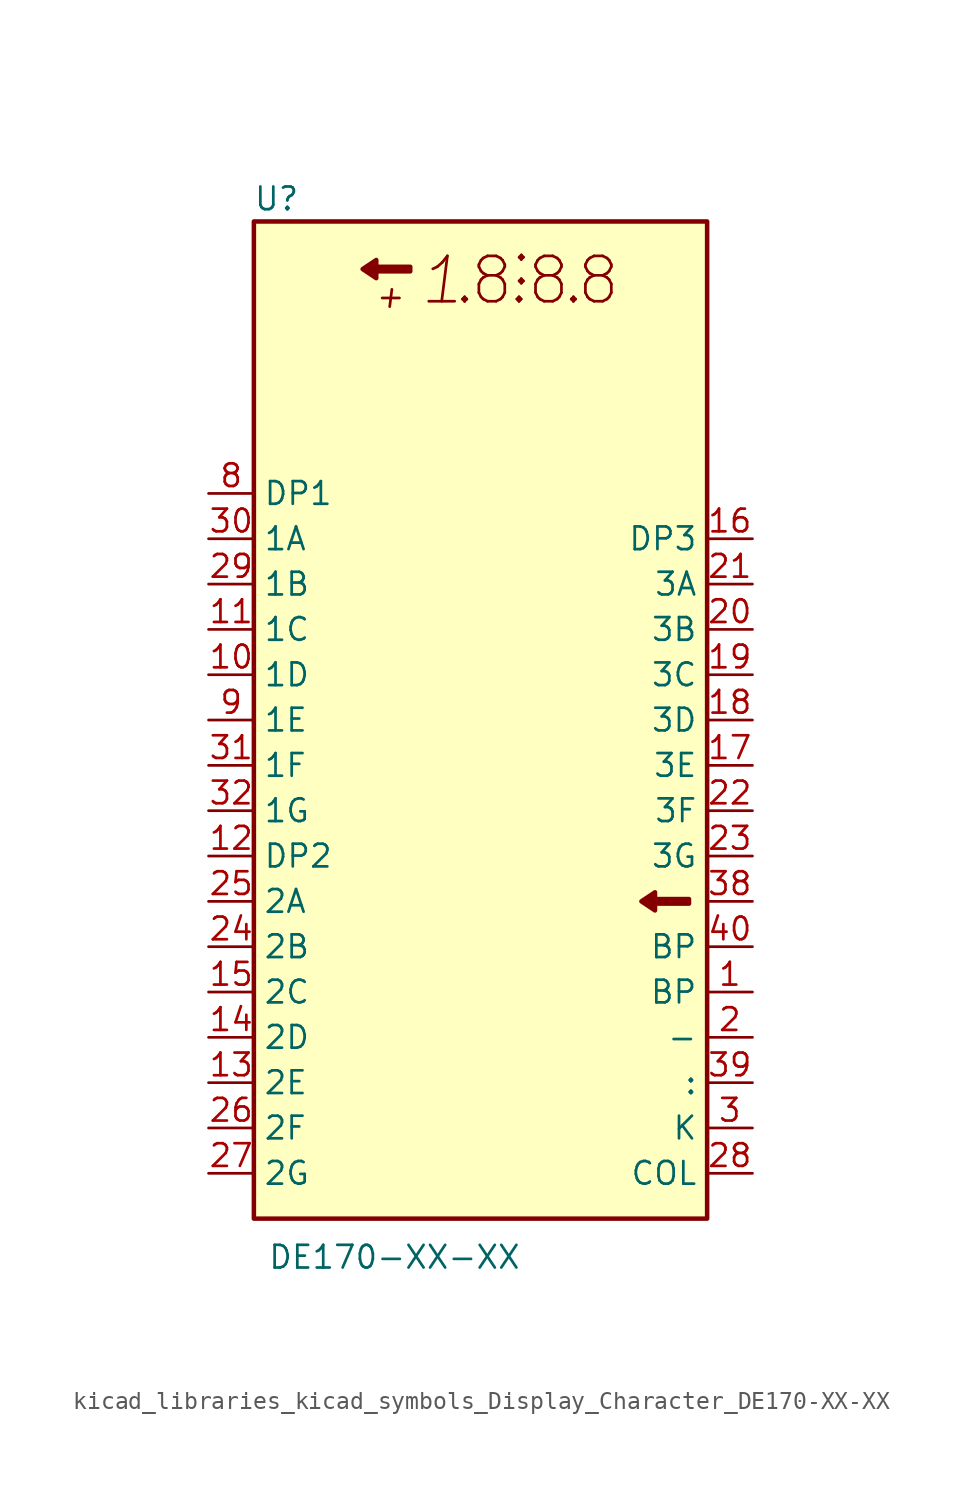
<source format=kicad_sym>
(kicad_symbol_lib
  (version 20220914)
  (generator kicad_symbol_editor)
  (symbol "kicad_libraries_kicad_symbols_Display_Character_DE170-XX-XX"
    (property "Reference" "U"
      (at -11.43 29.21 0)
      (effects (font (size 1.27 1.27))))
    (property "Value" "DE170-XX-XX"
      (at -11.938 -30.099 0)
      (effects (font (size 1.27 1.27)) (justify left)))
    (symbol "kicad_libraries_kicad_symbols_Display_Character_DE170-XX-XX_0_0"
      (text "+" (at -5.08 23.749 0) (effects (font (size 1.27 1.27) italic)))
      (text "." (at -0.889 24.638 0) (effects (font (size 2.54 2.54))))
      (text "." (at 2.159 24.638 0) (effects (font (size 2.54 2.54))))
      (text "." (at 5.207 24.638 0) (effects (font (size 2.54 2.54))))
      (text "1" (at -2.159 24.638 0) (effects (font (size 2.54 2.54) italic)))
      (text "8" (at 0.635 24.638 0) (effects (font (size 2.54 2.54))))
      (text "8" (at 3.81 24.638 0) (effects (font (size 2.54 2.54))))
      (text "8" (at 6.604 24.638 0) (effects (font (size 2.54 2.54))))
      (text ":" (at 2.286 25.654 0) (effects (font (size 2.54 2.54)))))
    (symbol "kicad_libraries_kicad_symbols_Display_Character_DE170-XX-XX_0_1"
      (rectangle (start -12.7 27.94) (end 12.7 -27.94) (stroke (width 0.254) (type default)) (fill (type background)))
      (polyline (pts (xy -3.937 25.4) (xy -3.937 25.146) (xy -5.842 25.146) (xy -5.842 24.765) (xy -6.604 25.273) (xy -5.842 25.781) (xy -5.842 25.4) (xy -3.937 25.4)) (stroke (width 0.254) (type default)) (fill (type outline)))
      (polyline (pts (xy 11.684 -10.033) (xy 11.684 -10.287) (xy 9.779 -10.287) (xy 9.779 -10.668) (xy 9.017 -10.16) (xy 9.779 -9.652) (xy 9.779 -10.033) (xy 11.684 -10.033)) (stroke (width 0.254) (type default)) (fill (type outline))))
    (symbol "kicad_libraries_kicad_symbols_Display_Character_DE170-XX-XX_1_1"
      (pin input line (at 15.24 -15.24 180) (length 2.54) (name "BP" (effects (font (size 1.27 1.27)))) (number "1" (effects (font (size 1.27 1.27)))))
      (pin input line (at -15.24 2.54 0) (length 2.54) (name "1D" (effects (font (size 1.27 1.27)))) (number "10" (effects (font (size 1.27 1.27)))))
      (pin input line (at -15.24 5.08 0) (length 2.54) (name "1C" (effects (font (size 1.27 1.27)))) (number "11" (effects (font (size 1.27 1.27)))))
      (pin input line (at -15.24 -7.62 0) (length 2.54) (name "DP2" (effects (font (size 1.27 1.27)))) (number "12" (effects (font (size 1.27 1.27)))))
      (pin input line (at -15.24 -20.32 0) (length 2.54) (name "2E" (effects (font (size 1.27 1.27)))) (number "13" (effects (font (size 1.27 1.27)))))
      (pin input line (at -15.24 -17.78 0) (length 2.54) (name "2D" (effects (font (size 1.27 1.27)))) (number "14" (effects (font (size 1.27 1.27)))))
      (pin input line (at -15.24 -15.24 0) (length 2.54) (name "2C" (effects (font (size 1.27 1.27)))) (number "15" (effects (font (size 1.27 1.27)))))
      (pin input line (at 15.24 10.16 180) (length 2.54) (name "DP3" (effects (font (size 1.27 1.27)))) (number "16" (effects (font (size 1.27 1.27)))))
      (pin input line (at 15.24 -2.54 180) (length 2.54) (name "3E" (effects (font (size 1.27 1.27)))) (number "17" (effects (font (size 1.27 1.27)))))
      (pin input line (at 15.24 0 180) (length 2.54) (name "3D" (effects (font (size 1.27 1.27)))) (number "18" (effects (font (size 1.27 1.27)))))
      (pin input line (at 15.24 2.54 180) (length 2.54) (name "3C" (effects (font (size 1.27 1.27)))) (number "19" (effects (font (size 1.27 1.27)))))
      (pin input line (at 15.24 -17.78 180) (length 2.54) (name "-" (effects (font (size 1.27 1.27)))) (number "2" (effects (font (size 1.27 1.27)))))
      (pin input line (at 15.24 5.08 180) (length 2.54) (name "3B" (effects (font (size 1.27 1.27)))) (number "20" (effects (font (size 1.27 1.27)))))
      (pin input line (at 15.24 7.62 180) (length 2.54) (name "3A" (effects (font (size 1.27 1.27)))) (number "21" (effects (font (size 1.27 1.27)))))
      (pin input line (at 15.24 -5.08 180) (length 2.54) (name "3F" (effects (font (size 1.27 1.27)))) (number "22" (effects (font (size 1.27 1.27)))))
      (pin input line (at 15.24 -7.62 180) (length 2.54) (name "3G" (effects (font (size 1.27 1.27)))) (number "23" (effects (font (size 1.27 1.27)))))
      (pin input line (at -15.24 -12.7 0) (length 2.54) (name "2B" (effects (font (size 1.27 1.27)))) (number "24" (effects (font (size 1.27 1.27)))))
      (pin input line (at -15.24 -10.16 0) (length 2.54) (name "2A" (effects (font (size 1.27 1.27)))) (number "25" (effects (font (size 1.27 1.27)))))
      (pin input line (at -15.24 -22.86 0) (length 2.54) (name "2F" (effects (font (size 1.27 1.27)))) (number "26" (effects (font (size 1.27 1.27)))))
      (pin input line (at -15.24 -25.4 0) (length 2.54) (name "2G" (effects (font (size 1.27 1.27)))) (number "27" (effects (font (size 1.27 1.27)))))
      (pin input line (at 15.24 -25.4 180) (length 2.54) (name "COL" (effects (font (size 1.27 1.27)))) (number "28" (effects (font (size 1.27 1.27)))))
      (pin input line (at -15.24 7.62 0) (length 2.54) (name "1B" (effects (font (size 1.27 1.27)))) (number "29" (effects (font (size 1.27 1.27)))))
      (pin input line (at 15.24 -22.86 180) (length 2.54) (name "K" (effects (font (size 1.27 1.27)))) (number "3" (effects (font (size 1.27 1.27)))))
      (pin input line (at -15.24 10.16 0) (length 2.54) (name "1A" (effects (font (size 1.27 1.27)))) (number "30" (effects (font (size 1.27 1.27)))))
      (pin input line (at -15.24 -2.54 0) (length 2.54) (name "1F" (effects (font (size 1.27 1.27)))) (number "31" (effects (font (size 1.27 1.27)))))
      (pin input line (at -15.24 -5.08 0) (length 2.54) (name "1G" (effects (font (size 1.27 1.27)))) (number "32" (effects (font (size 1.27 1.27)))))
      (pin no_connect line (at 12.7 12.7 180) (length 2.54) hide (name "NC" (effects (font (size 1.27 1.27)))) (number "33" (effects (font (size 1.27 1.27)))))
      (pin no_connect line (at 12.7 15.24 180) (length 2.54) hide (name "NC" (effects (font (size 1.27 1.27)))) (number "34" (effects (font (size 1.27 1.27)))))
      (pin no_connect line (at 12.7 17.78 180) (length 2.54) hide (name "NC" (effects (font (size 1.27 1.27)))) (number "35" (effects (font (size 1.27 1.27)))))
      (pin no_connect line (at 12.7 20.32 180) (length 2.54) hide (name "NC" (effects (font (size 1.27 1.27)))) (number "36" (effects (font (size 1.27 1.27)))))
      (pin no_connect line (at 12.7 22.86 180) (length 2.54) hide (name "NC" (effects (font (size 1.27 1.27)))) (number "37" (effects (font (size 1.27 1.27)))))
      (pin input line (at 15.24 -10.16 180) (length 2.54) (name "~" (effects (font (size 1.27 1.27)))) (number "38" (effects (font (size 1.27 1.27)))))
      (pin input line (at 15.24 -20.32 180) (length 2.54) (name ":" (effects (font (size 1.27 1.27)))) (number "39" (effects (font (size 1.27 1.27)))))
      (pin no_connect line (at -12.7 22.86 0) (length 2.54) hide (name "NC" (effects (font (size 1.27 1.27)))) (number "4" (effects (font (size 1.27 1.27)))))
      (pin input line (at 15.24 -12.7 180) (length 2.54) (name "BP" (effects (font (size 1.27 1.27)))) (number "40" (effects (font (size 1.27 1.27)))))
      (pin no_connect line (at -12.7 20.32 0) (length 2.54) hide (name "NC" (effects (font (size 1.27 1.27)))) (number "5" (effects (font (size 1.27 1.27)))))
      (pin no_connect line (at -12.7 17.78 0) (length 2.54) hide (name "NC" (effects (font (size 1.27 1.27)))) (number "6" (effects (font (size 1.27 1.27)))))
      (pin no_connect line (at -12.7 15.24 0) (length 2.54) hide (name "NC" (effects (font (size 1.27 1.27)))) (number "7" (effects (font (size 1.27 1.27)))))
      (pin input line (at -15.24 12.7 0) (length 2.54) (name "DP1" (effects (font (size 1.27 1.27)))) (number "8" (effects (font (size 1.27 1.27)))))
      (pin input line (at -15.24 0 0) (length 2.54) (name "1E" (effects (font (size 1.27 1.27)))) (number "9" (effects (font (size 1.27 1.27))))))))
</source>
